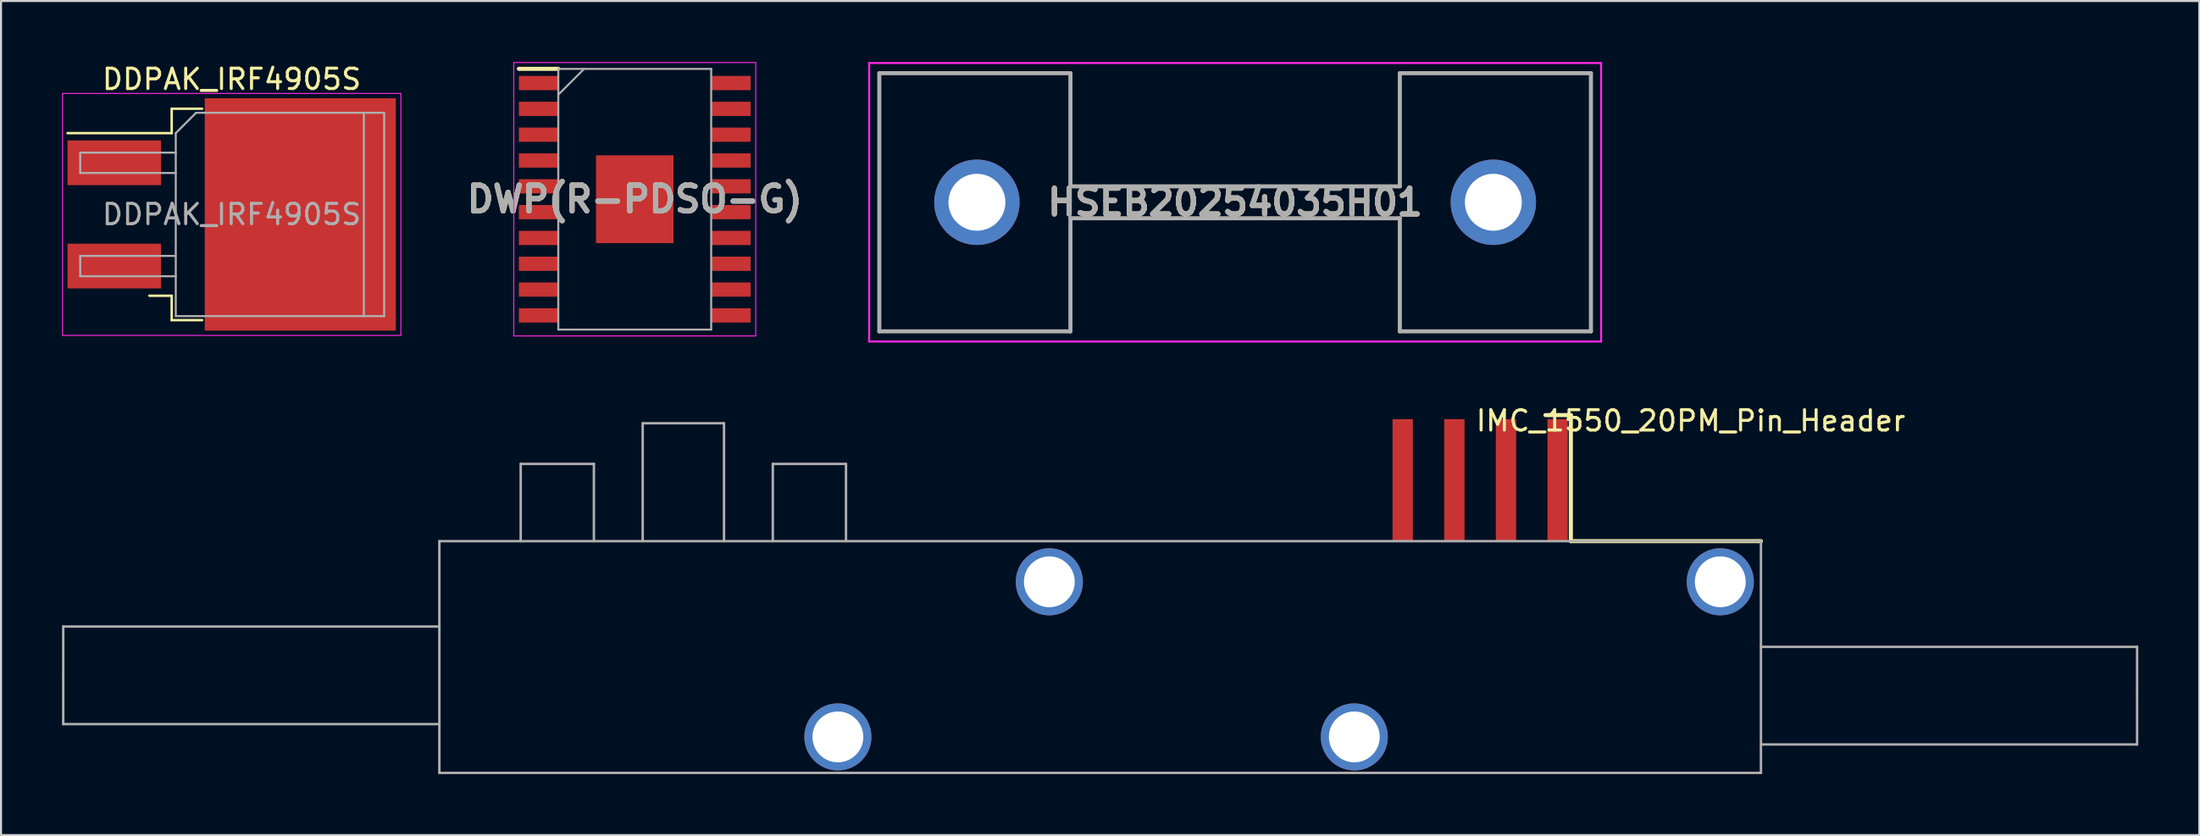
<source format=kicad_pcb>
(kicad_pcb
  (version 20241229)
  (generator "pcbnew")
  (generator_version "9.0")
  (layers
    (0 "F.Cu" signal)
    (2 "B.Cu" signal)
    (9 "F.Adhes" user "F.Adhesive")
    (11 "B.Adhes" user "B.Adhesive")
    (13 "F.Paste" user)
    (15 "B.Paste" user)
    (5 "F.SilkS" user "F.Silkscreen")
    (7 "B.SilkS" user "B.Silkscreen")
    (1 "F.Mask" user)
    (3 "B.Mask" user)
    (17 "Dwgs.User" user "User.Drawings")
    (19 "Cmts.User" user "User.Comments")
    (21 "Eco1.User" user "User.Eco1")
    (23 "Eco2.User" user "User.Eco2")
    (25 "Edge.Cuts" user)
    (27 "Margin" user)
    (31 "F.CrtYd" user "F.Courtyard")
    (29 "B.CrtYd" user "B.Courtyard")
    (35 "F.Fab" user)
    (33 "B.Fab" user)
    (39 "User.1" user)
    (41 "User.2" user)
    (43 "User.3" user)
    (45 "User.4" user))
  (footprint "DDPAK_IRF4905S"
    (layer "F.Cu")
    (at 8.345 7.498)
    (property "Reference" "DDPAK_IRF4905S" (at 0 -6.65 0) (layer "F.SilkS") (effects (font (size 1 1) (thickness 0.15))))
    (attr smd)
    (fp_line (start -2.95 -5.2) (end -2.95 -4) (stroke (width 0.12) (type solid)) (layer "F.SilkS"))
    (fp_line (start -2.95 -4) (end -8.075 -4) (stroke (width 0.12) (type solid)) (layer "F.SilkS"))
    (fp_line (start -2.95 4) (end -4.05 4) (stroke (width 0.12) (type solid)) (layer "F.SilkS"))
    (fp_line (start -2.95 5.2) (end -2.95 4) (stroke (width 0.12) (type solid)) (layer "F.SilkS"))
    (fp_line (start -1.45 -5.2) (end -2.95 -5.2) (stroke (width 0.12) (type solid)) (layer "F.SilkS"))
    (fp_line (start -1.45 5.2) (end -2.95 5.2) (stroke (width 0.12) (type solid)) (layer "F.SilkS"))
    (fp_line (start -8.32 -5.95) (end -8.32 5.95) (stroke (width 0.05) (type solid)) (layer "F.CrtYd"))
    (fp_line (start -8.32 5.95) (end 8.32 5.95) (stroke (width 0.05) (type solid)) (layer "F.CrtYd"))
    (fp_line (start 8.32 -5.95) (end -8.32 -5.95) (stroke (width 0.05) (type solid)) (layer "F.CrtYd"))
    (fp_line (start 8.32 5.95) (end 8.32 -5.95) (stroke (width 0.05) (type solid)) (layer "F.CrtYd"))
    (fp_line (start -7.45 -3.04) (end -7.45 -2.04) (stroke (width 0.1) (type solid)) (layer "F.Fab"))
    (fp_line (start -7.45 -2.04) (end -2.75 -2.04) (stroke (width 0.1) (type solid)) (layer "F.Fab"))
    (fp_line (start -7.45 2.04) (end -7.45 3.04) (stroke (width 0.1) (type solid)) (layer "F.Fab"))
    (fp_line (start -7.45 3.04) (end -2.75 3.04) (stroke (width 0.1) (type solid)) (layer "F.Fab"))
    (fp_line (start -2.75 -4) (end -1.75 -5) (stroke (width 0.1) (type solid)) (layer "F.Fab"))
    (fp_line (start -2.75 -3.04) (end -7.45 -3.04) (stroke (width 0.1) (type solid)) (layer "F.Fab"))
    (fp_line (start -2.75 2.04) (end -7.45 2.04) (stroke (width 0.1) (type solid)) (layer "F.Fab"))
    (fp_line (start -2.75 5) (end -2.75 -4) (stroke (width 0.1) (type solid)) (layer "F.Fab"))
    (fp_line (start -1.75 -5) (end 6.5 -5) (stroke (width 0.1) (type solid)) (layer "F.Fab"))
    (fp_line (start 6.5 -5) (end 6.5 5) (stroke (width 0.1) (type solid)) (layer "F.Fab"))
    (fp_line (start 6.5 -5) (end 7.5 -5) (stroke (width 0.1) (type solid)) (layer "F.Fab"))
    (fp_line (start 6.5 5) (end -2.75 5) (stroke (width 0.1) (type solid)) (layer "F.Fab"))
    (fp_line (start 7.5 -5) (end 7.5 5) (stroke (width 0.1) (type solid)) (layer "F.Fab"))
    (fp_line (start 7.5 5) (end 6.5 5) (stroke (width 0.1) (type solid)) (layer "F.Fab"))
    (fp_text user "${REFERENCE}" (at 0 0 0) (layer "F.Fab") (effects (font (size 1 1) (thickness 0.15))))
    (pad "" smd rect (at 0.95 -2.775) (size 4.55 5.25) (layers "F.Paste"))
    (pad "" smd rect (at 0.95 2.775) (size 4.55 5.25) (layers "F.Paste"))
    (pad "" smd rect (at 5.8 -2.775) (size 4.55 5.25) (layers "F.Paste"))
    (pad "" smd rect (at 5.8 2.775) (size 4.55 5.25) (layers "F.Paste"))
    (pad "1" smd rect (at -5.775 -2.54) (size 4.6 2.2) (layers "F.Cu" "F.Mask" "F.Paste"))
    (pad "2" smd rect (at 3.375 0) (size 9.4 11.43) (layers "F.Cu" "F.Mask"))
    (pad "3" smd rect (at -5.775 2.54) (size 4.6 2.2) (layers "F.Cu" "F.Mask" "F.Paste")))
  (footprint "IMC_1550_20PM_Pin_Header"
    (layer "F.Cu")
    (at 83.56 23.569)
    (property "Reference" "IMC_1550_20PM_Pin_Header" (at -3.454 -5.921 0) (layer "F.SilkS") (effects (font (size 1 1) (thickness 0.15))))
    (attr through_hole)
    (fp_line (start -9.35 -6.2) (end -10.6 -6.2) (stroke (width 0.2) (type solid)) (layer "F.SilkS"))
    (fp_line (start -9.35 -6.2) (end -9.35 0) (stroke (width 0.2) (type solid)) (layer "F.SilkS"))
    (fp_line (start 0 0) (end -9.35 0) (stroke (width 0.2) (type solid)) (layer "F.SilkS"))
    (fp_line (start -83.5 6.6) (end -83.5 4.2) (stroke (width 0.12) (type solid)) (layer "F.Fab"))
    (fp_line (start -83.5 6.6) (end -83.5 9) (stroke (width 0.12) (type solid)) (layer "F.Fab"))
    (fp_line (start -65 0) (end -65 11.4) (stroke (width 0.12) (type solid)) (layer "F.Fab"))
    (fp_line (start -65 4.2) (end -83.5 4.2) (stroke (width 0.12) (type solid)) (layer "F.Fab"))
    (fp_line (start -65 9) (end -83.5 9) (stroke (width 0.12) (type solid)) (layer "F.Fab"))
    (fp_line (start -61 -3.8) (end -57.4 -3.8) (stroke (width 0.12) (type solid)) (layer "F.Fab"))
    (fp_line (start -61 0) (end -61 -3.8) (stroke (width 0.12) (type solid)) (layer "F.Fab"))
    (fp_line (start -57.4 0) (end -57.4 -3.8) (stroke (width 0.12) (type solid)) (layer "F.Fab"))
    (fp_line (start -55 -5.8) (end -51 -5.8) (stroke (width 0.12) (type solid)) (layer "F.Fab"))
    (fp_line (start -55 0) (end -55 -5.8) (stroke (width 0.12) (type solid)) (layer "F.Fab"))
    (fp_line (start -51 0) (end -51 -5.8) (stroke (width 0.12) (type solid)) (layer "F.Fab"))
    (fp_line (start -48.6 -3.8) (end -45 -3.8) (stroke (width 0.12) (type solid)) (layer "F.Fab"))
    (fp_line (start -48.6 0) (end -48.6 -3.8) (stroke (width 0.12) (type solid)) (layer "F.Fab"))
    (fp_line (start -45 0) (end -45 -3.8) (stroke (width 0.12) (type solid)) (layer "F.Fab"))
    (fp_line (start 0 0) (end -65 0) (stroke (width 0.12) (type solid)) (layer "F.Fab"))
    (fp_line (start 0 0) (end 0 11.4) (stroke (width 0.12) (type solid)) (layer "F.Fab"))
    (fp_line (start 0 5.2) (end 18.5 5.2) (stroke (width 0.12) (type solid)) (layer "F.Fab"))
    (fp_line (start 0 10) (end 18.5 10) (stroke (width 0.12) (type solid)) (layer "F.Fab"))
    (fp_line (start 0 11.4) (end -65 11.4) (stroke (width 0.12) (type solid)) (layer "F.Fab"))
    (fp_line (start 18.5 7.6) (end 18.5 5.2) (stroke (width 0.12) (type solid)) (layer "F.Fab"))
    (fp_line (start 18.5 7.6) (end 18.5 10) (stroke (width 0.12) (type solid)) (layer "F.Fab"))
    (pad "" np_thru_hole circle (at -45.4 9.63) (size 3.3 3.3) (drill 2.5) (layers "*.Cu" "*.Mask"))
    (pad "" np_thru_hole circle (at -35 2) (size 3.3 3.3) (drill 2.5) (layers "*.Cu" "*.Mask"))
    (pad "" np_thru_hole circle (at -20 9.63) (size 3.3 3.3) (drill 2.5) (layers "*.Cu" "*.Mask"))
    (pad "" np_thru_hole circle (at -2 2) (size 3.3 3.3) (drill 2.5) (layers "*.Cu" "*.Mask"))
    (pad "1" smd rect (at -10 -3) (size 1 6) (layers "F.Cu" "F.Mask" "F.Paste"))
    (pad "2" smd rect (at -12.54 -3) (size 1 6) (layers "F.Cu" "F.Mask" "F.Paste"))
    (pad "3" smd rect (at -15.08 -3) (size 1 6) (layers "F.Cu" "F.Mask" "F.Paste"))
    (pad "4" smd rect (at -17.62 -3) (size 1 6) (layers "F.Cu" "F.Mask" "F.Paste")))
  (footprint "DWP(R-PDSO-G)"
    (layer "F.Cu")
    (at 28.169 6.75)
    (property "Reference" "DWP(R-PDSO-G)" (at 0 0 0) (layer "F.SilkS") (effects (font (size 1.27 1.27) (thickness 0.254))))
    (attr smd)
    (fp_line (start -5.7 -6.415) (end -3.76 -6.415) (stroke (width 0.2) (type solid)) (layer "F.SilkS"))
    (fp_line (start -5.95 -6.725) (end 5.95 -6.725) (stroke (width 0.05) (type solid)) (layer "F.CrtYd"))
    (fp_line (start -5.95 6.725) (end -5.95 -6.725) (stroke (width 0.05) (type solid)) (layer "F.CrtYd"))
    (fp_line (start 5.95 -6.725) (end 5.95 6.725) (stroke (width 0.05) (type solid)) (layer "F.CrtYd"))
    (fp_line (start 5.95 6.725) (end -5.95 6.725) (stroke (width 0.05) (type solid)) (layer "F.CrtYd"))
    (fp_line (start -3.76 -6.412) (end 3.76 -6.412) (stroke (width 0.1) (type solid)) (layer "F.Fab"))
    (fp_line (start -3.76 -5.142) (end -2.49 -6.412) (stroke (width 0.1) (type solid)) (layer "F.Fab"))
    (fp_line (start -3.76 6.412) (end -3.76 -6.412) (stroke (width 0.1) (type solid)) (layer "F.Fab"))
    (fp_line (start 3.76 -6.412) (end 3.76 6.412) (stroke (width 0.1) (type solid)) (layer "F.Fab"))
    (fp_line (start 3.76 6.412) (end -3.76 6.412) (stroke (width 0.1) (type solid)) (layer "F.Fab"))
    (fp_text user "${REFERENCE}" (at 0 0 0) (layer "F.Fab") (effects (font (size 1.27 1.27) (thickness 0.254))))
    (pad "1" smd rect (at -4.73 -5.715 90) (size 0.7 1.94) (layers "F.Cu" "F.Mask" "F.Paste"))
    (pad "2" smd rect (at -4.73 -4.445 90) (size 0.7 1.94) (layers "F.Cu" "F.Mask" "F.Paste"))
    (pad "3" smd rect (at -4.73 -3.175 90) (size 0.7 1.94) (layers "F.Cu" "F.Mask" "F.Paste"))
    (pad "4" smd rect (at -4.73 -1.905 90) (size 0.7 1.94) (layers "F.Cu" "F.Mask" "F.Paste"))
    (pad "5" smd rect (at -4.73 -0.635 90) (size 0.7 1.94) (layers "F.Cu" "F.Mask" "F.Paste"))
    (pad "6" smd rect (at -4.73 0.635 90) (size 0.7 1.94) (layers "F.Cu" "F.Mask" "F.Paste"))
    (pad "7" smd rect (at -4.73 1.905 90) (size 0.7 1.94) (layers "F.Cu" "F.Mask" "F.Paste"))
    (pad "8" smd rect (at -4.73 3.175 90) (size 0.7 1.94) (layers "F.Cu" "F.Mask" "F.Paste"))
    (pad "9" smd rect (at -4.73 4.445 90) (size 0.7 1.94) (layers "F.Cu" "F.Mask" "F.Paste"))
    (pad "10" smd rect (at -4.73 5.715 90) (size 0.7 1.94) (layers "F.Cu" "F.Mask" "F.Paste"))
    (pad "11" smd rect (at 4.73 5.715 90) (size 0.7 1.94) (layers "F.Cu" "F.Mask" "F.Paste"))
    (pad "12" smd rect (at 4.73 4.445 90) (size 0.7 1.94) (layers "F.Cu" "F.Mask" "F.Paste"))
    (pad "13" smd rect (at 4.73 3.175 90) (size 0.7 1.94) (layers "F.Cu" "F.Mask" "F.Paste"))
    (pad "14" smd rect (at 4.73 1.905 90) (size 0.7 1.94) (layers "F.Cu" "F.Mask" "F.Paste"))
    (pad "15" smd rect (at 4.73 0.635 90) (size 0.7 1.94) (layers "F.Cu" "F.Mask" "F.Paste"))
    (pad "16" smd rect (at 4.73 -0.635 90) (size 0.7 1.94) (layers "F.Cu" "F.Mask" "F.Paste"))
    (pad "17" smd rect (at 4.73 -1.905 90) (size 0.7 1.94) (layers "F.Cu" "F.Mask" "F.Paste"))
    (pad "18" smd rect (at 4.73 -3.175 90) (size 0.7 1.94) (layers "F.Cu" "F.Mask" "F.Paste"))
    (pad "19" smd rect (at 4.73 -4.445 90) (size 0.7 1.94) (layers "F.Cu" "F.Mask" "F.Paste"))
    (pad "20" smd rect (at 4.73 -5.715 90) (size 0.7 1.94) (layers "F.Cu" "F.Mask" "F.Paste"))
    (pad "21" smd rect (at 0 0) (size 3.81 4.32) (layers "F.Cu" "F.Mask" "F.Paste")))
  (footprint "HSEB20254035H01"
    (layer "F.Cu")
    (at 44.998 6.9)
    (property "Reference" "HSEB20254035H01" (at 12.7 0 0) (layer "F.SilkS") (effects (font (size 1.27 1.27) (thickness 0.254))))
    (attr through_hole)
    (fp_line (start -4.8 -6.35) (end 4.6 -6.35) (stroke (width 0.1) (type solid)) (layer "F.SilkS"))
    (fp_line (start -4.8 6.35) (end -4.8 -6.35) (stroke (width 0.1) (type solid)) (layer "F.SilkS"))
    (fp_line (start 4.6 -6.35) (end 4.6 -0.785) (stroke (width 0.1) (type solid)) (layer "F.SilkS"))
    (fp_line (start 4.6 -0.785) (end 20.8 -0.785) (stroke (width 0.1) (type solid)) (layer "F.SilkS"))
    (fp_line (start 4.6 0.785) (end 4.6 6.35) (stroke (width 0.1) (type solid)) (layer "F.SilkS"))
    (fp_line (start 4.6 6.35) (end -4.8 6.35) (stroke (width 0.1) (type solid)) (layer "F.SilkS"))
    (fp_line (start 20.8 -6.35) (end 30.2 -6.35) (stroke (width 0.1) (type solid)) (layer "F.SilkS"))
    (fp_line (start 20.8 -0.785) (end 20.8 -6.35) (stroke (width 0.1) (type solid)) (layer "F.SilkS"))
    (fp_line (start 20.8 0.785) (end 4.6 0.785) (stroke (width 0.1) (type solid)) (layer "F.SilkS"))
    (fp_line (start 20.8 6.35) (end 20.8 0.785) (stroke (width 0.1) (type solid)) (layer "F.SilkS"))
    (fp_line (start 30.2 -6.35) (end 30.2 6.35) (stroke (width 0.1) (type solid)) (layer "F.SilkS"))
    (fp_line (start 30.2 6.35) (end 20.8 6.35) (stroke (width 0.1) (type solid)) (layer "F.SilkS"))
    (fp_line (start -5.3 -6.85) (end 30.7 -6.85) (stroke (width 0.1) (type solid)) (layer "F.CrtYd"))
    (fp_line (start -5.3 6.85) (end -5.3 -6.85) (stroke (width 0.1) (type solid)) (layer "F.CrtYd"))
    (fp_line (start 30.7 -6.85) (end 30.7 6.85) (stroke (width 0.1) (type solid)) (layer "F.CrtYd"))
    (fp_line (start 30.7 6.85) (end -5.3 6.85) (stroke (width 0.1) (type solid)) (layer "F.CrtYd"))
    (fp_line (start -4.8 -6.35) (end -4.8 6.35) (stroke (width 0.2) (type solid)) (layer "F.Fab"))
    (fp_line (start -4.8 6.35) (end 4.6 6.35) (stroke (width 0.2) (type solid)) (layer "F.Fab"))
    (fp_line (start 4.6 -6.35) (end -4.8 -6.35) (stroke (width 0.2) (type solid)) (layer "F.Fab"))
    (fp_line (start 4.6 -0.785) (end 4.6 -6.35) (stroke (width 0.2) (type solid)) (layer "F.Fab"))
    (fp_line (start 4.6 0.785) (end 20.8 0.785) (stroke (width 0.2) (type solid)) (layer "F.Fab"))
    (fp_line (start 4.6 6.35) (end 4.6 0.785) (stroke (width 0.2) (type solid)) (layer "F.Fab"))
    (fp_line (start 20.8 -6.35) (end 20.8 -0.785) (stroke (width 0.2) (type solid)) (layer "F.Fab"))
    (fp_line (start 20.8 -0.785) (end 4.6 -0.785) (stroke (width 0.2) (type solid)) (layer "F.Fab"))
    (fp_line (start 20.8 0.785) (end 20.8 6.35) (stroke (width 0.2) (type solid)) (layer "F.Fab"))
    (fp_line (start 20.8 6.35) (end 30.2 6.35) (stroke (width 0.2) (type solid)) (layer "F.Fab"))
    (fp_line (start 30.2 -6.35) (end 20.8 -6.35) (stroke (width 0.2) (type solid)) (layer "F.Fab"))
    (fp_line (start 30.2 6.35) (end 30.2 -6.35) (stroke (width 0.2) (type solid)) (layer "F.Fab"))
    (fp_text user "${REFERENCE}" (at 12.7 0 0) (layer "F.Fab") (effects (font (size 1.27 1.27) (thickness 0.254))))
    (pad "1" thru_hole circle (at 0 0) (size 4.2 4.2) (drill 2.8) (layers "*.Cu" "*.Mask"))
    (pad "2" thru_hole circle (at 25.4 0) (size 4.2 4.2) (drill 2.8) (layers "*.Cu" "*.Mask")))
  (gr_rect
    (start -3 -3)
    (end 105.12 38.029)
    (stroke (width 0.1) (type default))
    (fill no)
    (layer "Edge.Cuts")))
</source>
